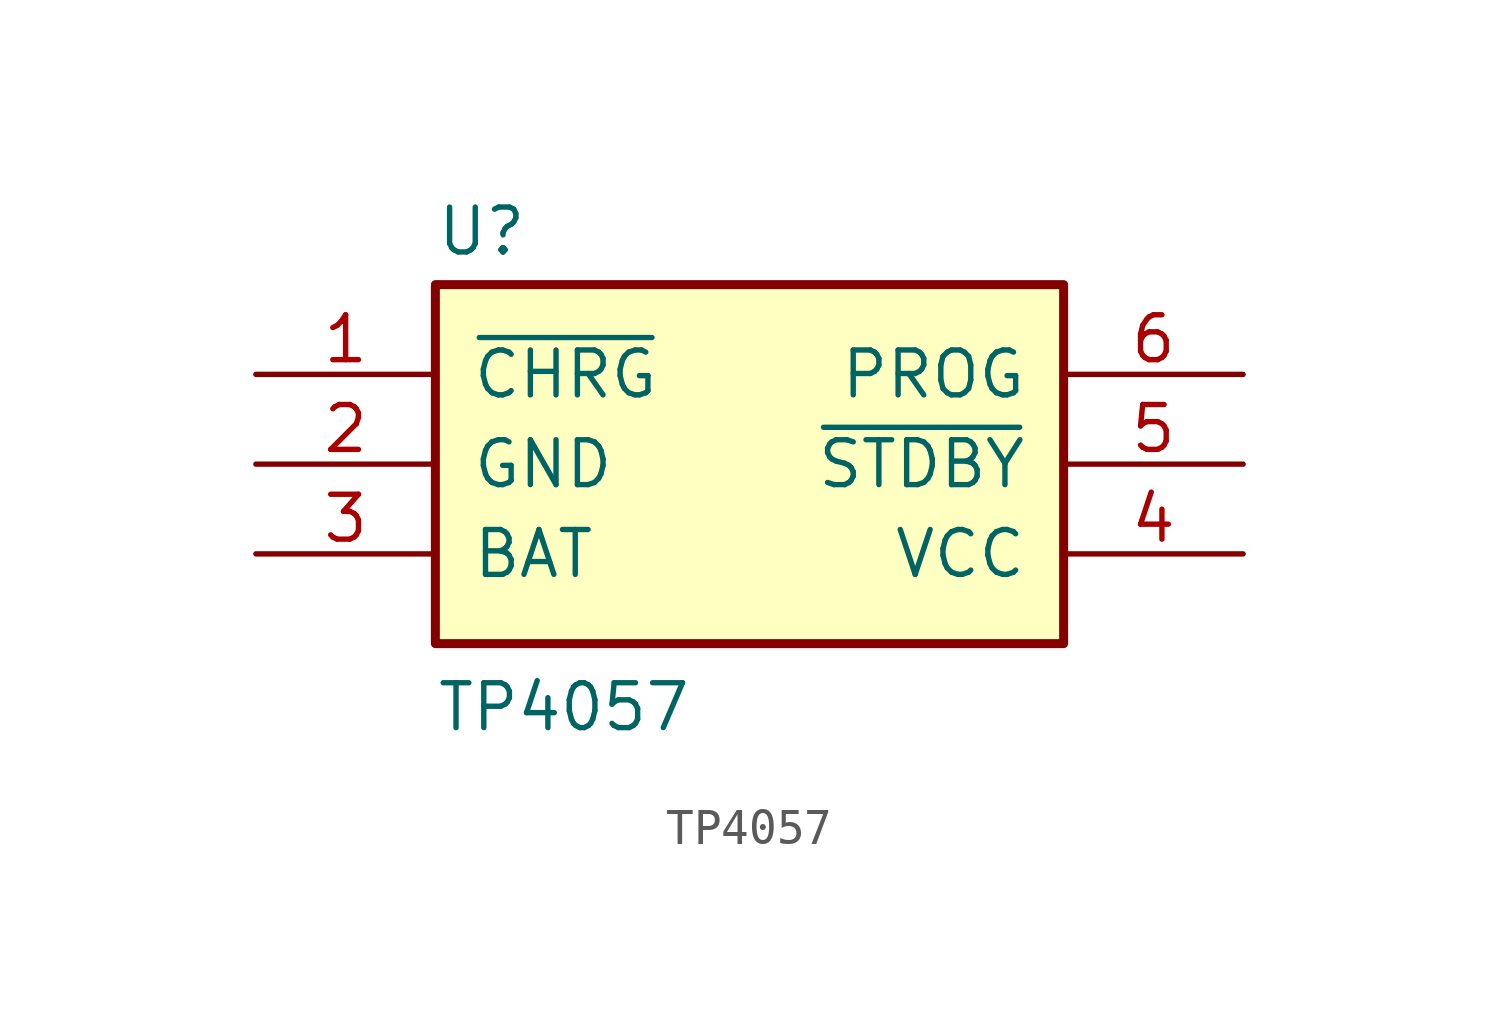
<source format=kicad_sym>
(kicad_symbol_lib
  (version 20231120)
  (generator "kicad_symbol_editor")
  (generator_version "8.0")
  (symbol "TP4057"
    (pin_names
      (offset 1.016))
    (property "Reference" "U"
      (at -7.62 5.842 0)
      (effects (font (size 1.27 1.27)) (justify left bottom)))
    (property "Value" "TP4057"
      (at -7.62 -7.62 0)
      (effects (font (size 1.27 1.27)) (justify left bottom)))
    (symbol "TP4057_0_0"
      (rectangle (start -7.62 5.08) (end 10.16 -5.08) (stroke (width 0.254) (type default)) (fill (type background))))
    (symbol "TP4057_1_0"
      (pin open_collector line (at -12.7 2.54 0) (length 5.08) (name "~{CHRG}" (effects (font (size 1.27 1.27)))) (number "1" (effects (font (size 1.27 1.27)))))
      (pin power_in line (at -12.7 0 0) (length 5.08) (name "GND" (effects (font (size 1.27 1.27)))) (number "2" (effects (font (size 1.27 1.27)))))
      (pin power_in line (at -12.7 -2.54 0) (length 5.08) (name "BAT" (effects (font (size 1.27 1.27)))) (number "3" (effects (font (size 1.27 1.27)))))
      (pin power_in line (at 15.24 -2.54 180) (length 5.08) (name "VCC" (effects (font (size 1.27 1.27)))) (number "4" (effects (font (size 1.27 1.27)))))
      (pin open_collector line (at 15.24 0 180) (length 5.08) (name "~{STDBY}" (effects (font (size 1.27 1.27)))) (number "5" (effects (font (size 1.27 1.27)))))
      (pin input line (at 15.24 2.54 180) (length 5.08) (name "PROG" (effects (font (size 1.27 1.27)))) (number "6" (effects (font (size 1.27 1.27))))))))
</source>
